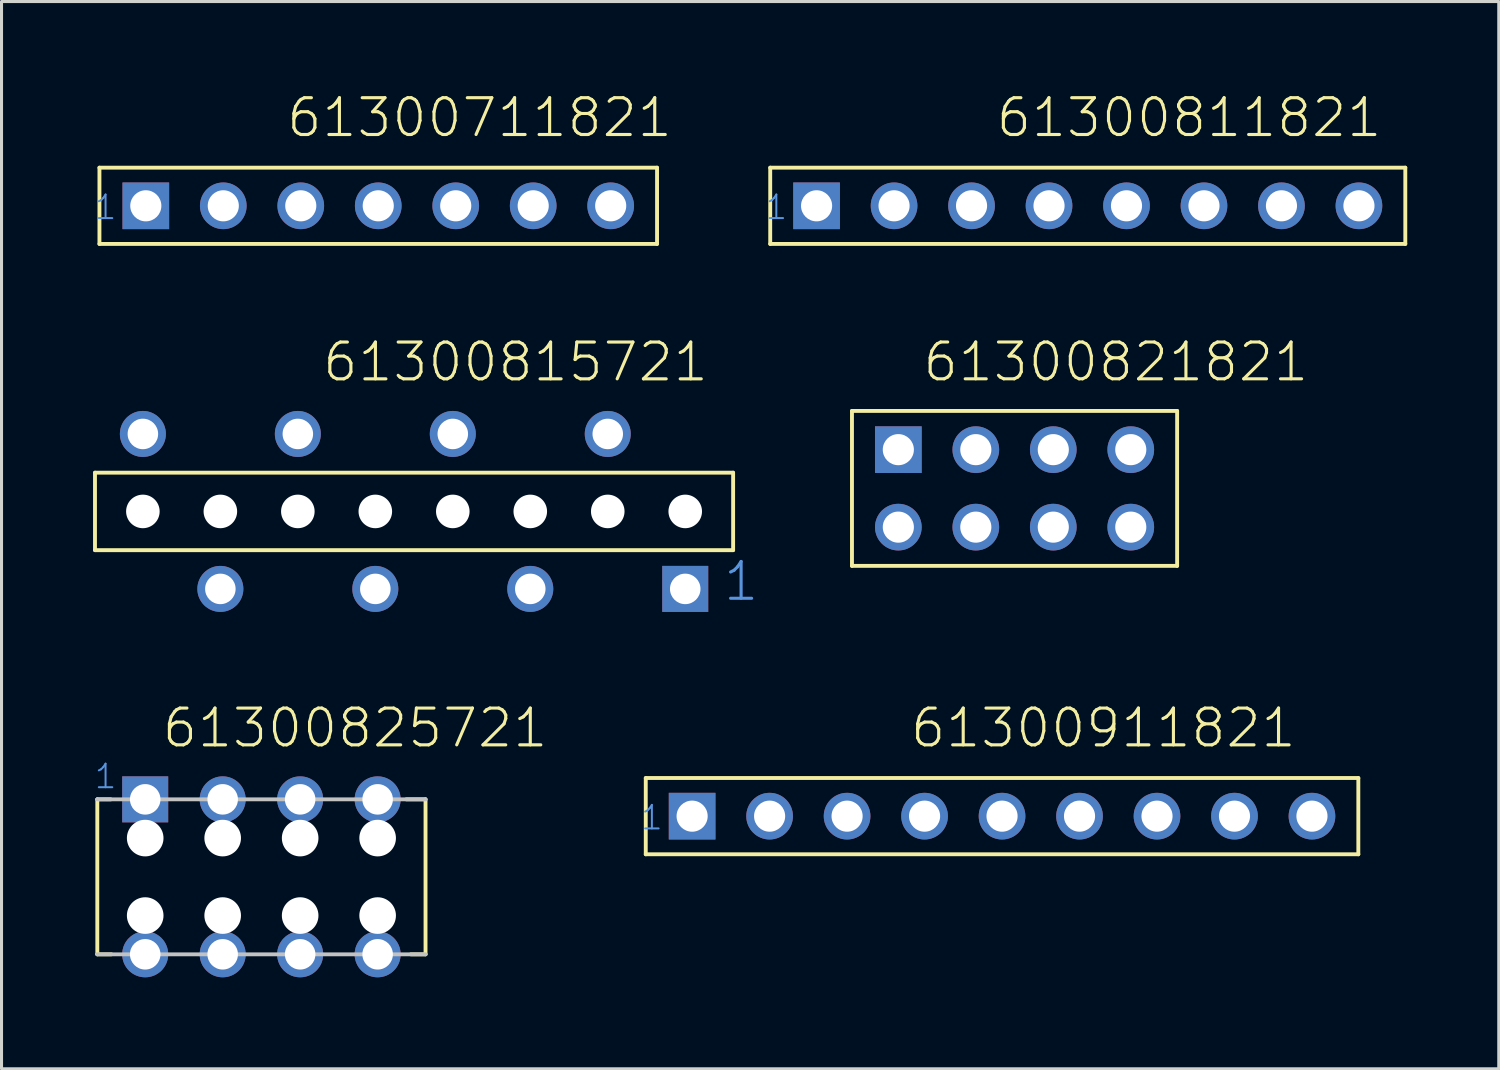
<source format=kicad_pcb>
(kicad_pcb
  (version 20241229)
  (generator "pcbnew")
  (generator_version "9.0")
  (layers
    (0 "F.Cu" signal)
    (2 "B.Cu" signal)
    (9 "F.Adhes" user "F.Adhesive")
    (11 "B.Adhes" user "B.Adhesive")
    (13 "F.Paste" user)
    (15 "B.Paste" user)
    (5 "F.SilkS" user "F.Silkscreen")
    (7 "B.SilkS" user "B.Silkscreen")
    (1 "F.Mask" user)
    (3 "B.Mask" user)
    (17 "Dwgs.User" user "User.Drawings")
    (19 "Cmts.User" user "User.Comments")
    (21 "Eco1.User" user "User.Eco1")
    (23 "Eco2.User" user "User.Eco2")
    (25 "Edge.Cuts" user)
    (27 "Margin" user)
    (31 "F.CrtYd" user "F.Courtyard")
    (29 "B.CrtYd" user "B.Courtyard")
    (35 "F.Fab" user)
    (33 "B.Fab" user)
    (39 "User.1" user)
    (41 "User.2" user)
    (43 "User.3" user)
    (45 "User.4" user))
  (footprint "61300821821"
    (layer "F.Cu")
    (at 30.21 12.961)
    (property "Reference" "61300821821" (at -3.063 -3.44 0) (layer "F.SilkS") (effects (font (size 1.206 1.206) (thickness 0.102)) (justify left bottom)))
    (attr through_hole)
    (fp_line (start -5.33 -2.54) (end -5.33 2.54) (stroke (width 0.127) (type solid)) (layer "F.SilkS"))
    (fp_line (start -5.33 2.54) (end 5.33 2.54) (stroke (width 0.127) (type solid)) (layer "F.SilkS"))
    (fp_line (start 5.33 -2.54) (end -5.33 -2.54) (stroke (width 0.127) (type solid)) (layer "F.SilkS"))
    (fp_line (start 5.33 2.54) (end 5.33 -2.54) (stroke (width 0.127) (type solid)) (layer "F.SilkS"))
    (fp_text user "1" (at -4.04 -1 0) (layer "Cmts.User") (effects (font (size 0.579 0.579) (thickness 0.049)) (justify left bottom)))
    (pad "1" thru_hole rect (at -3.81 -1.27) (size 1.53 1.53) (drill 1.02) (layers "*.Cu" "*.Mask"))
    (pad "2" thru_hole circle (at -1.27 -1.27) (size 1.53 1.53) (drill 1.02) (layers "*.Cu" "*.Mask"))
    (pad "3" thru_hole circle (at 1.27 -1.27) (size 1.53 1.53) (drill 1.02) (layers "*.Cu" "*.Mask"))
    (pad "4" thru_hole circle (at 3.81 -1.27) (size 1.53 1.53) (drill 1.02) (layers "*.Cu" "*.Mask"))
    (pad "5" thru_hole circle (at 3.81 1.27) (size 1.53 1.53) (drill 1.02) (layers "*.Cu" "*.Mask"))
    (pad "6" thru_hole circle (at 1.27 1.27) (size 1.53 1.53) (drill 1.02) (layers "*.Cu" "*.Mask"))
    (pad "7" thru_hole circle (at -1.27 1.27) (size 1.53 1.53) (drill 1.02) (layers "*.Cu" "*.Mask"))
    (pad "8" thru_hole circle (at -3.81 1.27) (size 1.53 1.53) (drill 1.02) (layers "*.Cu" "*.Mask")))
  (footprint "61300815721"
    (layer "F.Cu")
    (at 10.524 13.716)
    (property "Reference" "61300815721" (at -3.057 -4.194 0) (layer "F.SilkS") (effects (font (size 1.206 1.206) (thickness 0.102)) (justify left bottom)))
    (attr through_hole)
    (fp_line (start -10.46 -1.27) (end 10.46 -1.27) (stroke (width 0.127) (type solid)) (layer "F.SilkS"))
    (fp_line (start -10.46 1.27) (end -10.46 -1.27) (stroke (width 0.127) (type solid)) (layer "F.SilkS"))
    (fp_line (start 10.46 -1.27) (end 10.46 1.27) (stroke (width 0.127) (type solid)) (layer "F.SilkS"))
    (fp_line (start 10.46 1.27) (end -10.46 1.27) (stroke (width 0.127) (type solid)) (layer "F.SilkS"))
    (fp_text user "1" (at 10.08 3 0) (layer "Cmts.User") (effects (font (size 1.206 1.206) (thickness 0.102)) (justify left bottom)))
    (pad "" np_thru_hole circle (at -8.89 0) (size 1.1 1.1) (drill 1.1) (layers "*.Cu"))
    (pad "" np_thru_hole circle (at -6.35 0) (size 1.1 1.1) (drill 1.1) (layers "*.Cu"))
    (pad "" np_thru_hole circle (at -3.81 0) (size 1.1 1.1) (drill 1.1) (layers "*.Cu"))
    (pad "" np_thru_hole circle (at -1.27 0) (size 1.1 1.1) (drill 1.1) (layers "*.Cu"))
    (pad "" np_thru_hole circle (at 1.27 0) (size 1.1 1.1) (drill 1.1) (layers "*.Cu"))
    (pad "" np_thru_hole circle (at 3.81 0) (size 1.1 1.1) (drill 1.1) (layers "*.Cu"))
    (pad "" np_thru_hole circle (at 6.35 0) (size 1.1 1.1) (drill 1.1) (layers "*.Cu"))
    (pad "" np_thru_hole circle (at 8.89 0) (size 1.1 1.1) (drill 1.1) (layers "*.Cu"))
    (pad "1" thru_hole rect (at 8.89 2.54 180) (size 1.508 1.508) (drill 1) (layers "*.Cu" "*.Mask"))
    (pad "2" thru_hole circle (at 6.35 -2.54 180) (size 1.508 1.508) (drill 1) (layers "*.Cu" "*.Mask"))
    (pad "3" thru_hole circle (at 3.81 2.54 180) (size 1.508 1.508) (drill 1) (layers "*.Cu" "*.Mask"))
    (pad "4" thru_hole circle (at 1.27 -2.54 180) (size 1.508 1.508) (drill 1) (layers "*.Cu" "*.Mask"))
    (pad "5" thru_hole circle (at -1.27 2.54 180) (size 1.508 1.508) (drill 1) (layers "*.Cu" "*.Mask"))
    (pad "6" thru_hole circle (at -3.81 -2.54 180) (size 1.508 1.508) (drill 1) (layers "*.Cu" "*.Mask"))
    (pad "7" thru_hole circle (at -6.35 2.54 180) (size 1.508 1.508) (drill 1) (layers "*.Cu" "*.Mask"))
    (pad "8" thru_hole circle (at -8.89 -2.54 180) (size 1.508 1.508) (drill 1) (layers "*.Cu" "*.Mask")))
  (footprint "61300811821"
    (layer "F.Cu")
    (at 32.61 3.697)
    (property "Reference" "61300811821" (at -3.063 -2.185 0) (layer "F.SilkS") (effects (font (size 1.206 1.206) (thickness 0.102)) (justify left bottom)))
    (attr through_hole)
    (fp_line (start -10.41 -1.25) (end -10.41 1.25) (stroke (width 0.127) (type solid)) (layer "F.SilkS"))
    (fp_line (start -10.41 1.25) (end 10.41 1.25) (stroke (width 0.127) (type solid)) (layer "F.SilkS"))
    (fp_line (start 10.41 -1.25) (end -10.41 -1.25) (stroke (width 0.127) (type solid)) (layer "F.SilkS"))
    (fp_line (start 10.41 1.25) (end 10.41 -1.25) (stroke (width 0.127) (type solid)) (layer "F.SilkS"))
    (fp_text user "1" (at -10.62 0.5 0) (layer "Cmts.User") (effects (font (size 0.772 0.772) (thickness 0.065)) (justify left bottom)))
    (pad "1" thru_hole rect (at -8.89 0) (size 1.53 1.53) (drill 1.02) (layers "*.Cu" "*.Mask"))
    (pad "2" thru_hole circle (at -6.35 0) (size 1.53 1.53) (drill 1.02) (layers "*.Cu" "*.Mask"))
    (pad "3" thru_hole circle (at -3.81 0) (size 1.53 1.53) (drill 1.02) (layers "*.Cu" "*.Mask"))
    (pad "4" thru_hole circle (at -1.27 0) (size 1.53 1.53) (drill 1.02) (layers "*.Cu" "*.Mask"))
    (pad "5" thru_hole circle (at 1.27 0) (size 1.53 1.53) (drill 1.02) (layers "*.Cu" "*.Mask"))
    (pad "6" thru_hole circle (at 3.81 0) (size 1.53 1.53) (drill 1.02) (layers "*.Cu" "*.Mask"))
    (pad "7" thru_hole circle (at 6.35 0) (size 1.53 1.53) (drill 1.02) (layers "*.Cu" "*.Mask"))
    (pad "8" thru_hole circle (at 8.89 0) (size 1.53 1.53) (drill 1.02) (layers "*.Cu" "*.Mask")))
  (footprint "61300711821"
    (layer "F.Cu")
    (at 9.35 3.697)
    (property "Reference" "61300711821" (at -3.063 -2.185 0) (layer "F.SilkS") (effects (font (size 1.206 1.206) (thickness 0.102)) (justify left bottom)))
    (attr through_hole)
    (fp_line (start -9.14 -1.25) (end -9.14 1.25) (stroke (width 0.127) (type solid)) (layer "F.SilkS"))
    (fp_line (start -9.14 1.25) (end 9.14 1.25) (stroke (width 0.127) (type solid)) (layer "F.SilkS"))
    (fp_line (start 9.14 -1.25) (end -9.14 -1.25) (stroke (width 0.127) (type solid)) (layer "F.SilkS"))
    (fp_line (start 9.14 1.25) (end 9.14 -1.25) (stroke (width 0.127) (type solid)) (layer "F.SilkS"))
    (fp_text user "1" (at -9.35 0.5 0) (layer "Cmts.User") (effects (font (size 0.772 0.772) (thickness 0.065)) (justify left bottom)))
    (pad "1" thru_hole rect (at -7.62 0) (size 1.53 1.53) (drill 1.02) (layers "*.Cu" "*.Mask"))
    (pad "2" thru_hole circle (at -5.08 0) (size 1.53 1.53) (drill 1.02) (layers "*.Cu" "*.Mask"))
    (pad "3" thru_hole circle (at -2.54 0) (size 1.53 1.53) (drill 1.02) (layers "*.Cu" "*.Mask"))
    (pad "4" thru_hole circle (at 0 0) (size 1.53 1.53) (drill 1.02) (layers "*.Cu" "*.Mask"))
    (pad "5" thru_hole circle (at 2.54 0) (size 1.53 1.53) (drill 1.02) (layers "*.Cu" "*.Mask"))
    (pad "6" thru_hole circle (at 5.08 0) (size 1.53 1.53) (drill 1.02) (layers "*.Cu" "*.Mask"))
    (pad "7" thru_hole circle (at 7.62 0) (size 1.53 1.53) (drill 1.02) (layers "*.Cu" "*.Mask")))
  (footprint "61300825721"
    (layer "F.Cu")
    (at 5.52 25.695)
    (property "Reference" "61300825721" (at -3.313 -4.174 0) (layer "F.SilkS") (effects (font (size 1.206 1.206) (thickness 0.102)) (justify left bottom)))
    (attr through_hole)
    (fp_line (start -5.38 2.54) (end -5.38 -2.54) (stroke (width 0.127) (type solid)) (layer "F.SilkS"))
    (fp_line (start -4.94 -2.54) (end -5.38 -2.54) (stroke (width 0.127) (type solid)) (layer "F.SilkS"))
    (fp_line (start -4.92 2.54) (end -5.38 2.54) (stroke (width 0.127) (type solid)) (layer "F.SilkS"))
    (fp_line (start 4.75 -2.54) (end 5.38 -2.54) (stroke (width 0.127) (type solid)) (layer "F.SilkS"))
    (fp_line (start 4.9 2.54) (end 5.38 2.54) (stroke (width 0.127) (type solid)) (layer "F.SilkS"))
    (fp_line (start 5.38 -2.54) (end 5.38 2.54) (stroke (width 0.127) (type solid)) (layer "F.SilkS"))
    (fp_line (start -5.38 -2.54) (end 5.38 -2.54) (stroke (width 0.127) (type solid)) (layer "Dwgs.User"))
    (fp_line (start 5.38 2.54) (end -5.38 2.54) (stroke (width 0.127) (type solid)) (layer "Dwgs.User"))
    (fp_text user "1" (at -5.52 -2.84 0) (layer "Cmts.User") (effects (font (size 0.772 0.772) (thickness 0.065)) (justify left bottom)))
    (pad "" np_thru_hole circle (at -3.81 -1.27) (size 1.2 1.2) (drill 1.2) (layers "*.Cu"))
    (pad "" np_thru_hole circle (at -3.81 1.27) (size 1.2 1.2) (drill 1.2) (layers "*.Cu"))
    (pad "" np_thru_hole circle (at -1.27 -1.27) (size 1.2 1.2) (drill 1.2) (layers "*.Cu"))
    (pad "" np_thru_hole circle (at -1.27 1.27) (size 1.2 1.2) (drill 1.2) (layers "*.Cu"))
    (pad "" np_thru_hole circle (at 1.27 -1.27) (size 1.2 1.2) (drill 1.2) (layers "*.Cu"))
    (pad "" np_thru_hole circle (at 1.27 1.27) (size 1.2 1.2) (drill 1.2) (layers "*.Cu"))
    (pad "" np_thru_hole circle (at 3.81 -1.27) (size 1.2 1.2) (drill 1.2) (layers "*.Cu"))
    (pad "" np_thru_hole circle (at 3.81 1.27) (size 1.2 1.2) (drill 1.2) (layers "*.Cu"))
    (pad "1" thru_hole rect (at -3.81 -2.54) (size 1.508 1.508) (drill 1) (layers "*.Cu" "*.Mask"))
    (pad "2" thru_hole circle (at -1.27 -2.54) (size 1.508 1.508) (drill 1) (layers "*.Cu" "*.Mask"))
    (pad "3" thru_hole circle (at 1.27 -2.54) (size 1.508 1.508) (drill 1) (layers "*.Cu" "*.Mask"))
    (pad "4" thru_hole circle (at 3.81 -2.54) (size 1.508 1.508) (drill 1) (layers "*.Cu" "*.Mask"))
    (pad "5" thru_hole circle (at 3.81 2.54) (size 1.508 1.508) (drill 1) (layers "*.Cu" "*.Mask"))
    (pad "6" thru_hole circle (at 1.27 2.54) (size 1.508 1.508) (drill 1) (layers "*.Cu" "*.Mask"))
    (pad "7" thru_hole circle (at -1.27 2.54) (size 1.508 1.508) (drill 1) (layers "*.Cu" "*.Mask"))
    (pad "8" thru_hole circle (at -3.81 2.54) (size 1.508 1.508) (drill 1) (layers "*.Cu" "*.Mask")))
  (footprint "61300911821"
    (layer "F.Cu")
    (at 29.8 23.706)
    (property "Reference" "61300911821" (at -3.063 -2.185 0) (layer "F.SilkS") (effects (font (size 1.206 1.206) (thickness 0.102)) (justify left bottom)))
    (attr through_hole)
    (fp_line (start -11.68 -1.25) (end -11.68 1.25) (stroke (width 0.127) (type solid)) (layer "F.SilkS"))
    (fp_line (start -11.68 1.25) (end 11.68 1.25) (stroke (width 0.127) (type solid)) (layer "F.SilkS"))
    (fp_line (start 11.68 -1.25) (end -11.68 -1.25) (stroke (width 0.127) (type solid)) (layer "F.SilkS"))
    (fp_line (start 11.68 1.25) (end 11.68 -1.25) (stroke (width 0.127) (type solid)) (layer "F.SilkS"))
    (fp_text user "1" (at -11.89 0.5 0) (layer "Cmts.User") (effects (font (size 0.772 0.772) (thickness 0.065)) (justify left bottom)))
    (pad "1" thru_hole rect (at -10.16 0) (size 1.53 1.53) (drill 1.02) (layers "*.Cu" "*.Mask"))
    (pad "2" thru_hole circle (at -7.62 0) (size 1.53 1.53) (drill 1.02) (layers "*.Cu" "*.Mask"))
    (pad "3" thru_hole circle (at -5.08 0) (size 1.53 1.53) (drill 1.02) (layers "*.Cu" "*.Mask"))
    (pad "4" thru_hole circle (at -2.54 0) (size 1.53 1.53) (drill 1.02) (layers "*.Cu" "*.Mask"))
    (pad "5" thru_hole circle (at 0 0) (size 1.53 1.53) (drill 1.02) (layers "*.Cu" "*.Mask"))
    (pad "6" thru_hole circle (at 2.54 0) (size 1.53 1.53) (drill 1.02) (layers "*.Cu" "*.Mask"))
    (pad "7" thru_hole circle (at 5.08 0) (size 1.53 1.53) (drill 1.02) (layers "*.Cu" "*.Mask"))
    (pad "8" thru_hole circle (at 7.62 0) (size 1.53 1.53) (drill 1.02) (layers "*.Cu" "*.Mask"))
    (pad "9" thru_hole circle (at 10.16 0) (size 1.53 1.53) (drill 1.02) (layers "*.Cu" "*.Mask")))
  (gr_rect
    (start -3 -3)
    (end 46.084 31.989)
    (stroke (width 0.1) (type default))
    (fill no)
    (layer "Edge.Cuts")))
</source>
